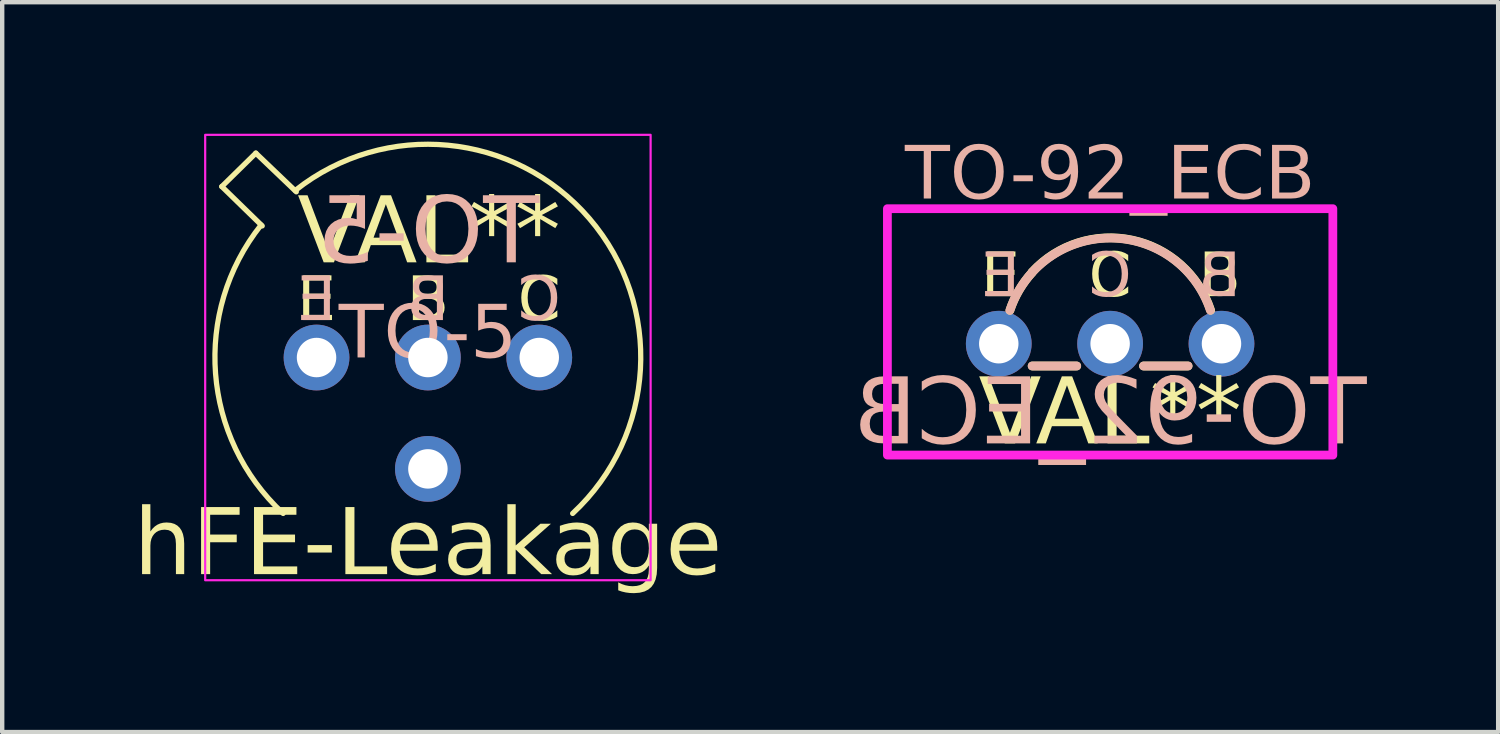
<source format=kicad_pcb>
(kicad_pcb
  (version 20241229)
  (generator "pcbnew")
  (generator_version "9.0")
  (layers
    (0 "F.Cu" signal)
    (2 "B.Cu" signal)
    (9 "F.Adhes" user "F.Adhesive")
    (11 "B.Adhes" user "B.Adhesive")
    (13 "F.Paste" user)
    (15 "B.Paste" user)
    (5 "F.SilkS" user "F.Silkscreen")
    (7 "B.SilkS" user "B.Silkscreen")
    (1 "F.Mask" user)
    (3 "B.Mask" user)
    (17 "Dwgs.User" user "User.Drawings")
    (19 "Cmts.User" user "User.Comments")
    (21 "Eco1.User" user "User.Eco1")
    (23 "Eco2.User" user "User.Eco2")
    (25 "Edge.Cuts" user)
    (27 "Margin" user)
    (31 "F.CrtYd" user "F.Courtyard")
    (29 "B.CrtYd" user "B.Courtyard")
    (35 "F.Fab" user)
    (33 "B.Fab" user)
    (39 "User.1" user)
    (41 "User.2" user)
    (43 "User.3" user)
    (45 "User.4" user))
  (footprint "TO-5"
    (layer "F.Cu")
    (at 6.71 5.105)
    (property "Reference" "TO-5" (at 0 -0.5 0) (unlocked yes) (layer "B.SilkS") (effects (font (face "Milk Run") (size 1.2 1.2) (thickness 0.1))))
    (property "Value" "VAL**" (at 0 1 0) (unlocked yes) (layer "F.SilkS") (hide yes) (effects (font (face "Milk Run") (size 1.2 1.2) (thickness 0.1))))
    (property "Description" "hFE-Leakage" (at 0 4.318 0) (unlocked yes) (layer "F.SilkS") (effects (font (face "Milk Run") (size 1.5 1.5) (thickness 0.15))))
    (attr through_hole)
    (fp_line (start -4.701 -3.9) (end -3.779 -3.002) (stroke (width 0.12) (type solid)) (layer "F.SilkS"))
    (fp_line (start -3.925 -4.662) (end -4.701 -3.9) (stroke (width 0.12) (type solid)) (layer "F.SilkS"))
    (fp_line (start -3.002 -3.78) (end -3.925 -4.662) (stroke (width 0.12) (type solid)) (layer "F.SilkS"))
    (fp_arc (start -3.302 3.556) (mid -4.843486 0.365282) (end -3.805111 -3.022731) (stroke (width 0.12) (type solid)) (layer "F.SilkS"))
    (fp_arc (start -3.026008 -3.810417) (mid 3.681441 -3.171151) (end 3.302 3.556) (stroke (width 0.12) (type solid)) (layer "F.SilkS"))
    (fp_rect (start -5.08 -5.08) (end 5.08 5.08) (stroke (width 0.05) (type default)) (fill no) (layer "F.CrtYd"))
    (fp_text user "B" (at 0 -1.27 0) (unlocked yes) (layer "F.SilkS") (effects (font (face "Milk Run") (size 1 1) (thickness 0.15))))
    (fp_text user "${VALUE}" (at 0.025 -2.794 0) (layer "F.SilkS") (effects (font (face "Milk Run") (size 1.5 1.5) (thickness 0.1))))
    (fp_text user "C" (at 2.54 -1.27 0) (unlocked yes) (layer "F.SilkS") (effects (font (face "Milk Run") (size 1 1) (thickness 0.15))))
    (fp_text user "E" (at -2.54 -1.27 0) (unlocked yes) (layer "F.SilkS") (effects (font (face "Milk Run") (size 1 1) (thickness 0.15))))
    (fp_text user "${REFERENCE}" (at 0 -2.794 0) (layer "B.SilkS") (effects (font (face "Milk Run") (size 1.5 1.5) (thickness 0.1)) (justify mirror)))
    (fp_text user "E" (at -2.54 -1.27 0) (unlocked yes) (layer "B.SilkS") (effects (font (face "Milk Run") (size 1 1) (thickness 0.15)) (justify mirror)))
    (fp_text user "C" (at 2.54 -1.27 0) (unlocked yes) (layer "B.SilkS") (effects (font (face "Milk Run") (size 1 1) (thickness 0.15)) (justify mirror)))
    (fp_text user "B" (at 0 -1.27 0) (unlocked yes) (layer "B.SilkS") (effects (font (face "Milk Run") (size 1 1) (thickness 0.15)) (justify mirror)))
    (pad "1" thru_hole circle (at -2.54 0) (size 1.5 1.5) (drill 0.9) (layers "*.Cu" "*.Mask"))
    (pad "2" thru_hole circle (at 0 0) (size 1.5 1.5) (drill 0.9) (layers "*.Cu" "*.Mask"))
    (pad "2" thru_hole circle (at 0 2.54) (size 1.5 1.5) (drill 0.9) (layers "*.Cu" "*.Mask"))
    (pad "3" thru_hole circle (at 2.54 0) (size 1.5 1.5) (drill 0.9) (layers "*.Cu" "*.Mask")))
  (footprint "TO-92_ECB"
    (layer "F.Cu")
    (at 22.271 4.79)
    (property "Reference" "TO-92_ECB" (at 0 -3.81 0) (unlocked yes) (layer "B.SilkS") (effects (font (face "Milk Run") (size 1.2 1.2) (thickness 0.1))))
    (property "Value" "VAL**" (at 0 4.064 0) (unlocked yes) (layer "F.SilkS") (hide yes) (effects (font (face "Milk Run") (size 1.2 1.2) (thickness 0.1))))
    (attr through_hole)
    (fp_line (start -0.762 0.508) (end -1.778 0.508) (stroke (width 0.2) (type default)) (layer "F.SilkS"))
    (fp_line (start 0.762 0.508) (end 1.778 0.508) (stroke (width 0.2) (type default)) (layer "F.SilkS"))
    (fp_arc (start -2.285492 -0.761831) (mid -2.077141 -1.220387) (end -1.778 -1.6256) (stroke (width 0.2) (type default)) (layer "F.SilkS"))
    (fp_arc (start -1.778 -1.636083) (mid 0.506167 -2.362592) (end 2.292213 -0.76407) (stroke (width 0.2) (type default)) (layer "F.SilkS"))
    (fp_line (start -0.762 0.508) (end -1.778 0.508) (stroke (width 0.2) (type default)) (layer "B.SilkS"))
    (fp_line (start 0.762 0.508) (end 1.778 0.508) (stroke (width 0.2) (type default)) (layer "B.SilkS"))
    (fp_arc (start -2.285998 -0.762) (mid 0 -2.409654) (end 2.285998 -0.762) (stroke (width 0.2) (type default)) (layer "B.SilkS"))
    (fp_rect (start -5.08 -3.08) (end 5.08 2.54) (stroke (width 0.2) (type default)) (fill no) (layer "F.CrtYd"))
    (fp_text user "${VALUE}" (at 0 1.651 0) (layer "F.SilkS") (effects (font (face "Milk Run") (size 1.5 1.5) (thickness 0.1))))
    (fp_text user "B" (at 2.5 -1.5 0) (unlocked yes) (layer "F.SilkS") (effects (font (face "Milk Run") (size 1 1) (thickness 0.125))))
    (fp_text user "E" (at -2.5 -1.5 0) (unlocked yes) (layer "F.SilkS") (effects (font (face "Milk Run") (size 1 1) (thickness 0.125))))
    (fp_text user "C" (at 0 -1.5 0) (unlocked yes) (layer "F.SilkS") (effects (font (face "Milk Run") (size 1 1) (thickness 0.125))))
    (fp_text user "E" (at -2.5 -1.5 0) (unlocked yes) (layer "B.SilkS") (effects (font (face "Milk Run") (size 1 1) (thickness 0.125)) (justify mirror)))
    (fp_text user "B" (at 2.5 -1.5 0) (unlocked yes) (layer "B.SilkS") (effects (font (face "Milk Run") (size 1 1) (thickness 0.125)) (justify mirror)))
    (fp_text user "${REFERENCE}" (at 0 1.651 0) (layer "B.SilkS") (effects (font (face "Milk Run") (size 1.5 1.5) (thickness 0.1)) (justify mirror)))
    (fp_text user "C" (at 0 -1.5 0) (unlocked yes) (layer "B.SilkS") (effects (font (face "Milk Run") (size 1 1) (thickness 0.125)) (justify mirror)))
    (pad "1" thru_hole circle (at -2.54 0) (size 1.5 1.5) (drill 0.9) (layers "*.Cu" "*.Mask"))
    (pad "2" thru_hole circle (at 0 0) (size 1.5 1.5) (drill 0.9) (layers "*.Cu" "*.Mask"))
    (pad "3" thru_hole circle (at 2.54 0) (size 1.5 1.5) (drill 0.9) (layers "*.Cu" "*.Mask")))
  (gr_rect
    (start -3 -3)
    (end 31.122 13.648)
    (stroke (width 0.1) (type default))
    (fill no)
    (layer "Edge.Cuts")))
</source>
